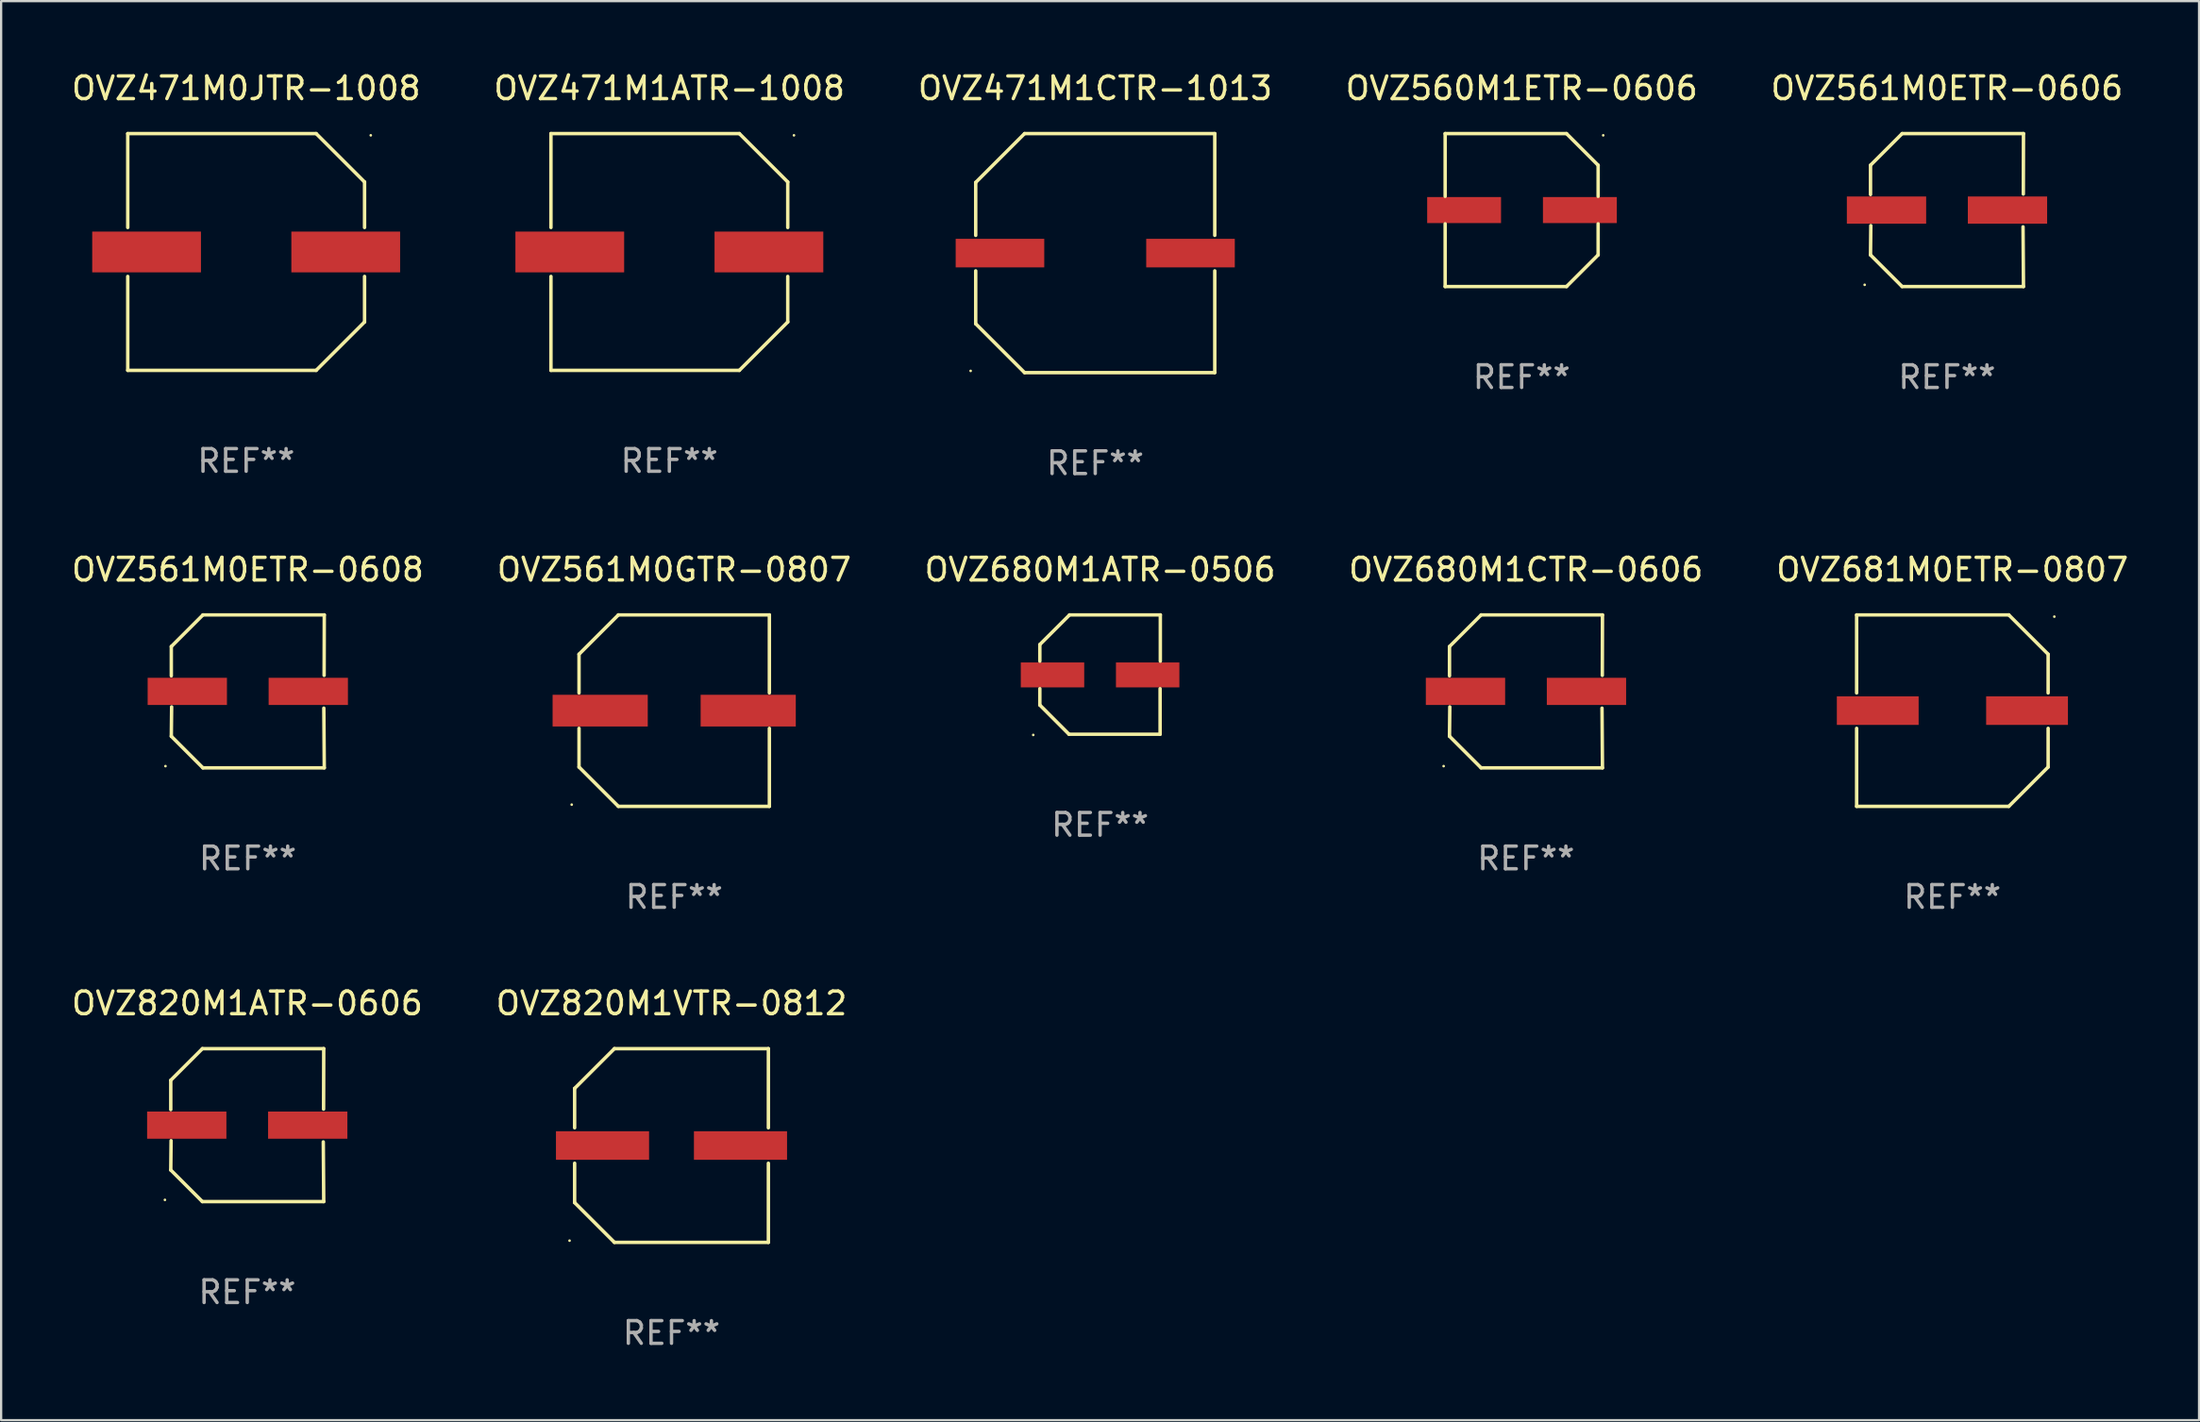
<source format=kicad_pcb>
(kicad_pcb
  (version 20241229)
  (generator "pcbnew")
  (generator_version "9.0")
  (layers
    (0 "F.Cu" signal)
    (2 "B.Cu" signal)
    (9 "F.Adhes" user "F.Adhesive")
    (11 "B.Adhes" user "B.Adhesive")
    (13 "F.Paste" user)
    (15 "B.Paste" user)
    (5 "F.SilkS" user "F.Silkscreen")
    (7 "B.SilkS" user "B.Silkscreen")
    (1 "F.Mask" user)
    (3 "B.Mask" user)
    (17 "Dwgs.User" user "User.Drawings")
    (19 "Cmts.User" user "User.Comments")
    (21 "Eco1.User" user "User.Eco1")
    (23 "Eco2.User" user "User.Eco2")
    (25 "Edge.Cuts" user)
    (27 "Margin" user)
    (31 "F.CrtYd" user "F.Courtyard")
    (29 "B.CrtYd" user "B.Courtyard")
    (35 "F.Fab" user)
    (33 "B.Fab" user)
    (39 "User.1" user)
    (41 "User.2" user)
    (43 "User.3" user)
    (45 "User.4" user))
  (footprint "OVZ471M1CTR-1013"
    (layer "F.Cu")
    (at 45.292 8.124)
    (property "Reference" "OVZ471M1CTR-1013" (at 0 -7.276 0) (layer "F.SilkS") (effects (font (size 1 1) (thickness 0.15))))
    (attr through_hole)
    (fp_line (start -5.276 -3.12) (end -3.12 -5.276) (stroke (width 0.152) (type solid)) (layer "F.SilkS"))
    (fp_line (start -5.276 -0.783) (end -5.276 -3.12) (stroke (width 0.152) (type solid)) (layer "F.SilkS"))
    (fp_line (start -5.276 0.783) (end -5.276 3.12) (stroke (width 0.152) (type solid)) (layer "F.SilkS"))
    (fp_line (start -5.276 3.12) (end -3.12 5.276) (stroke (width 0.152) (type solid)) (layer "F.SilkS"))
    (fp_line (start -3.12 -5.276) (end 5.276 -5.276) (stroke (width 0.152) (type solid)) (layer "F.SilkS"))
    (fp_line (start -3.12 5.276) (end 5.276 5.276) (stroke (width 0.152) (type solid)) (layer "F.SilkS"))
    (fp_line (start 5.276 -5.276) (end 5.276 -0.783) (stroke (width 0.152) (type solid)) (layer "F.SilkS"))
    (fp_line (start 5.276 5.276) (end 5.276 0.783) (stroke (width 0.152) (type solid)) (layer "F.SilkS"))
    (fp_circle (center -5.5 5.2) (end -5.47 5.2) (stroke (width 0.06) (type solid)) (fill no) (layer "F.SilkS"))
    (fp_text user "REF**" (at 0 9.276 0) (layer "F.Fab") (effects (font (size 1 1) (thickness 0.15))))
    (pad "1" smd rect (at -4.205 0) (size 3.91 1.261) (layers "F.Cu" "F.Mask" "F.Paste"))
    (pad "2" smd rect (at 4.205 0) (size 3.91 1.261) (layers "F.Cu" "F.Mask" "F.Paste")))
  (footprint "OVZ681M0ETR-0807"
    (layer "F.Cu")
    (at 83.125 28.323)
    (property "Reference" "OVZ681M0ETR-0807" (at 0 -6.226 0) (layer "F.SilkS") (effects (font (size 1 1) (thickness 0.15))))
    (attr through_hole)
    (fp_line (start -4.226 -4.226) (end 2.49 -4.226) (stroke (width 0.152) (type solid)) (layer "F.SilkS"))
    (fp_line (start -4.226 -0.782) (end -4.226 -4.226) (stroke (width 0.152) (type solid)) (layer "F.SilkS"))
    (fp_line (start -4.226 0.782) (end -4.226 4.226) (stroke (width 0.152) (type solid)) (layer "F.SilkS"))
    (fp_line (start -4.226 4.226) (end 2.49 4.226) (stroke (width 0.152) (type solid)) (layer "F.SilkS"))
    (fp_line (start 2.49 -4.226) (end 4.226 -2.49) (stroke (width 0.152) (type solid)) (layer "F.SilkS"))
    (fp_line (start 2.49 4.226) (end 4.226 2.49) (stroke (width 0.152) (type solid)) (layer "F.SilkS"))
    (fp_line (start 4.226 -2.49) (end 4.226 -0.782) (stroke (width 0.152) (type solid)) (layer "F.SilkS"))
    (fp_line (start 4.226 2.49) (end 4.226 0.782) (stroke (width 0.152) (type solid)) (layer "F.SilkS"))
    (fp_circle (center 4.5 -4.15) (end 4.53 -4.15) (stroke (width 0.06) (type solid)) (fill no) (layer "F.SilkS"))
    (fp_text user "REF**" (at 0 8.226 0) (layer "F.Fab") (effects (font (size 1 1) (thickness 0.15))))
    (pad "1" smd rect (at 3.295 0 180) (size 3.61 1.26) (layers "F.Cu" "F.Mask" "F.Paste"))
    (pad "2" smd rect (at -3.295 0 180) (size 3.61 1.26) (layers "F.Cu" "F.Mask" "F.Paste")))
  (footprint "OVZ561M0ETR-0606"
    (layer "F.Cu")
    (at 82.887 6.224)
    (property "Reference" "OVZ561M0ETR-0606" (at 0 -5.376 0) (layer "F.SilkS") (effects (font (size 1 1) (thickness 0.15))))
    (attr through_hole)
    (fp_line (start -3.376 -1.98) (end -3.376 -0.686) (stroke (width 0.152) (type solid)) (layer "F.SilkS"))
    (fp_line (start -3.376 1.981) (end -3.362 0.686) (stroke (width 0.152) (type solid)) (layer "F.SilkS"))
    (fp_line (start -1.981 3.376) (end -3.376 1.981) (stroke (width 0.152) (type solid)) (layer "F.SilkS"))
    (fp_line (start -1.98 -3.376) (end -3.376 -1.98) (stroke (width 0.152) (type solid)) (layer "F.SilkS"))
    (fp_line (start 3.356 0.74) (end 3.376 3.376) (stroke (width 0.152) (type solid)) (layer "F.SilkS"))
    (fp_line (start 3.369 -0.707) (end 3.376 -3.376) (stroke (width 0.152) (type solid)) (layer "F.SilkS"))
    (fp_line (start 3.376 3.376) (end -1.981 3.376) (stroke (width 0.152) (type solid)) (layer "F.SilkS"))
    (fp_line (start 3.376 -3.376) (end -1.98 -3.376) (stroke (width 0.152) (type solid)) (layer "F.SilkS"))
    (fp_circle (center -3.634 3.3) (end -3.604 3.3) (stroke (width 0.06) (type solid)) (fill no) (layer "F.SilkS"))
    (fp_text user "REF**" (at 0 7.376 0) (layer "F.Fab") (effects (font (size 1 1) (thickness 0.15))))
    (pad "1" smd rect (at -2.67 0.000254) (size 3.5 1.2) (layers "F.Cu" "F.Mask" "F.Paste"))
    (pad "2" smd rect (at 2.67 0.000254) (size 3.5 1.2) (layers "F.Cu" "F.Mask" "F.Paste")))
  (footprint "OVZ471M0JTR-1008"
    (layer "F.Cu")
    (at 7.815 8.074)
    (property "Reference" "OVZ471M0JTR-1008" (at 0 -7.226 0) (layer "F.SilkS") (effects (font (size 1 1) (thickness 0.15))))
    (attr through_hole)
    (fp_line (start -5.226 -5.226) (end -5.226 -1.08) (stroke (width 0.152) (type solid)) (layer "F.SilkS"))
    (fp_line (start -5.226 -5.226) (end 3.09 -5.226) (stroke (width 0.152) (type solid)) (layer "F.SilkS"))
    (fp_line (start -5.226 1.08) (end -5.226 5.226) (stroke (width 0.152) (type solid)) (layer "F.SilkS"))
    (fp_line (start -5.226 5.226) (end 3.09 5.226) (stroke (width 0.152) (type solid)) (layer "F.SilkS"))
    (fp_line (start 3.09 -5.226) (end 5.226 -3.09) (stroke (width 0.152) (type solid)) (layer "F.SilkS"))
    (fp_line (start 3.09 5.226) (end 5.226 3.09) (stroke (width 0.152) (type solid)) (layer "F.SilkS"))
    (fp_line (start 5.226 -1.08) (end 5.226 -3.09) (stroke (width 0.152) (type solid)) (layer "F.SilkS"))
    (fp_line (start 5.226 3.09) (end 5.226 1.08) (stroke (width 0.152) (type solid)) (layer "F.SilkS"))
    (fp_circle (center 5.5 -5.15) (end 5.53 -5.15) (stroke (width 0.06) (type solid)) (fill no) (layer "F.SilkS"))
    (fp_text user "REF**" (at 0 9.226 0) (layer "F.Fab") (effects (font (size 1 1) (thickness 0.15))))
    (pad "1" smd rect (at 4.395 0 180) (size 4.8 1.8) (layers "F.Cu" "F.Mask" "F.Paste"))
    (pad "2" smd rect (at -4.395 0 180) (size 4.8 1.8) (layers "F.Cu" "F.Mask" "F.Paste")))
  (footprint "OVZ561M0ETR-0608"
    (layer "F.Cu")
    (at 7.887 27.473)
    (property "Reference" "OVZ561M0ETR-0608" (at 0 -5.376 0) (layer "F.SilkS") (effects (font (size 1 1) (thickness 0.15))))
    (attr through_hole)
    (fp_line (start -3.376 -1.98) (end -3.376 -0.686) (stroke (width 0.152) (type solid)) (layer "F.SilkS"))
    (fp_line (start -3.376 1.981) (end -3.362 0.686) (stroke (width 0.152) (type solid)) (layer "F.SilkS"))
    (fp_line (start -1.981 3.376) (end -3.376 1.981) (stroke (width 0.152) (type solid)) (layer "F.SilkS"))
    (fp_line (start -1.98 -3.376) (end -3.376 -1.98) (stroke (width 0.152) (type solid)) (layer "F.SilkS"))
    (fp_line (start 3.356 0.74) (end 3.376 3.376) (stroke (width 0.152) (type solid)) (layer "F.SilkS"))
    (fp_line (start 3.369 -0.707) (end 3.376 -3.376) (stroke (width 0.152) (type solid)) (layer "F.SilkS"))
    (fp_line (start 3.376 3.376) (end -1.981 3.376) (stroke (width 0.152) (type solid)) (layer "F.SilkS"))
    (fp_line (start 3.376 -3.376) (end -1.98 -3.376) (stroke (width 0.152) (type solid)) (layer "F.SilkS"))
    (fp_circle (center -3.634 3.3) (end -3.604 3.3) (stroke (width 0.06) (type solid)) (fill no) (layer "F.SilkS"))
    (fp_text user "REF**" (at 0 7.376 0) (layer "F.Fab") (effects (font (size 1 1) (thickness 0.15))))
    (pad "1" smd rect (at -2.67 0.000254) (size 3.5 1.2) (layers "F.Cu" "F.Mask" "F.Paste"))
    (pad "2" smd rect (at 2.67 0.000254) (size 3.5 1.2) (layers "F.Cu" "F.Mask" "F.Paste")))
  (footprint "OVZ471M1ATR-1008"
    (layer "F.Cu")
    (at 26.494 8.074)
    (property "Reference" "OVZ471M1ATR-1008" (at 0 -7.226 0) (layer "F.SilkS") (effects (font (size 1 1) (thickness 0.15))))
    (attr through_hole)
    (fp_line (start -5.226 -5.226) (end -5.226 -1.08) (stroke (width 0.152) (type solid)) (layer "F.SilkS"))
    (fp_line (start -5.226 -5.226) (end 3.09 -5.226) (stroke (width 0.152) (type solid)) (layer "F.SilkS"))
    (fp_line (start -5.226 1.08) (end -5.226 5.226) (stroke (width 0.152) (type solid)) (layer "F.SilkS"))
    (fp_line (start -5.226 5.226) (end 3.09 5.226) (stroke (width 0.152) (type solid)) (layer "F.SilkS"))
    (fp_line (start 3.09 -5.226) (end 5.226 -3.09) (stroke (width 0.152) (type solid)) (layer "F.SilkS"))
    (fp_line (start 3.09 5.226) (end 5.226 3.09) (stroke (width 0.152) (type solid)) (layer "F.SilkS"))
    (fp_line (start 5.226 -1.08) (end 5.226 -3.09) (stroke (width 0.152) (type solid)) (layer "F.SilkS"))
    (fp_line (start 5.226 3.09) (end 5.226 1.08) (stroke (width 0.152) (type solid)) (layer "F.SilkS"))
    (fp_circle (center 5.5 -5.15) (end 5.53 -5.15) (stroke (width 0.06) (type solid)) (fill no) (layer "F.SilkS"))
    (fp_text user "REF**" (at 0 9.226 0) (layer "F.Fab") (effects (font (size 1 1) (thickness 0.15))))
    (pad "1" smd rect (at 4.395 0 180) (size 4.8 1.8) (layers "F.Cu" "F.Mask" "F.Paste"))
    (pad "2" smd rect (at -4.395 0 180) (size 4.8 1.8) (layers "F.Cu" "F.Mask" "F.Paste")))
  (footprint "OVZ680M1CTR-0606"
    (layer "F.Cu")
    (at 64.304 27.473)
    (property "Reference" "OVZ680M1CTR-0606" (at 0 -5.376 0) (layer "F.SilkS") (effects (font (size 1 1) (thickness 0.15))))
    (attr through_hole)
    (fp_line (start -3.376 -1.98) (end -3.376 -0.686) (stroke (width 0.152) (type solid)) (layer "F.SilkS"))
    (fp_line (start -3.376 1.981) (end -3.362 0.686) (stroke (width 0.152) (type solid)) (layer "F.SilkS"))
    (fp_line (start -1.981 3.376) (end -3.376 1.981) (stroke (width 0.152) (type solid)) (layer "F.SilkS"))
    (fp_line (start -1.98 -3.376) (end -3.376 -1.98) (stroke (width 0.152) (type solid)) (layer "F.SilkS"))
    (fp_line (start 3.356 0.74) (end 3.376 3.376) (stroke (width 0.152) (type solid)) (layer "F.SilkS"))
    (fp_line (start 3.369 -0.707) (end 3.376 -3.376) (stroke (width 0.152) (type solid)) (layer "F.SilkS"))
    (fp_line (start 3.376 3.376) (end -1.981 3.376) (stroke (width 0.152) (type solid)) (layer "F.SilkS"))
    (fp_line (start 3.376 -3.376) (end -1.98 -3.376) (stroke (width 0.152) (type solid)) (layer "F.SilkS"))
    (fp_circle (center -3.634 3.3) (end -3.604 3.3) (stroke (width 0.06) (type solid)) (fill no) (layer "F.SilkS"))
    (fp_text user "REF**" (at 0 7.376 0) (layer "F.Fab") (effects (font (size 1 1) (thickness 0.15))))
    (pad "1" smd rect (at -2.67 0.000254) (size 3.5 1.2) (layers "F.Cu" "F.Mask" "F.Paste"))
    (pad "2" smd rect (at 2.67 0.000254) (size 3.5 1.2) (layers "F.Cu" "F.Mask" "F.Paste")))
  (footprint "OVZ820M1VTR-0812"
    (layer "F.Cu")
    (at 26.589 47.522)
    (property "Reference" "OVZ820M1VTR-0812" (at 0 -6.276 0) (layer "F.SilkS") (effects (font (size 1 1) (thickness 0.15))))
    (attr through_hole)
    (fp_line (start -4.276 -2.52) (end -2.52 -4.276) (stroke (width 0.152) (type solid)) (layer "F.SilkS"))
    (fp_line (start -4.276 -0.782) (end -4.276 -2.52) (stroke (width 0.152) (type solid)) (layer "F.SilkS"))
    (fp_line (start -4.276 0.782) (end -4.276 2.52) (stroke (width 0.152) (type solid)) (layer "F.SilkS"))
    (fp_line (start -4.276 2.52) (end -2.52 4.276) (stroke (width 0.152) (type solid)) (layer "F.SilkS"))
    (fp_line (start -2.52 -4.276) (end 4.276 -4.276) (stroke (width 0.152) (type solid)) (layer "F.SilkS"))
    (fp_line (start -2.52 4.276) (end 4.276 4.276) (stroke (width 0.152) (type solid)) (layer "F.SilkS"))
    (fp_line (start 4.276 -4.276) (end 4.276 -0.782) (stroke (width 0.152) (type solid)) (layer "F.SilkS"))
    (fp_line (start 4.276 4.276) (end 4.276 0.782) (stroke (width 0.152) (type solid)) (layer "F.SilkS"))
    (fp_circle (center -4.5 4.2) (end -4.47 4.2) (stroke (width 0.06) (type solid)) (fill no) (layer "F.SilkS"))
    (fp_text user "REF**" (at 0 8.276 0) (layer "F.Fab") (effects (font (size 1 1) (thickness 0.15))))
    (pad "1" smd rect (at -3.045 0) (size 4.11 1.26) (layers "F.Cu" "F.Mask" "F.Paste"))
    (pad "2" smd rect (at 3.045 0) (size 4.11 1.26) (layers "F.Cu" "F.Mask" "F.Paste")))
  (footprint "OVZ680M1ATR-0506"
    (layer "F.Cu")
    (at 45.506 26.731)
    (property "Reference" "OVZ680M1ATR-0506" (at 0 -4.634 0) (layer "F.SilkS") (effects (font (size 1 1) (thickness 0.15))))
    (attr through_hole)
    (fp_line (start -2.659 -1.326) (end -2.659 -0.592) (stroke (width 0.152) (type solid)) (layer "F.SilkS"))
    (fp_line (start -2.659 1.346) (end -2.659 0.622) (stroke (width 0.152) (type solid)) (layer "F.SilkS"))
    (fp_line (start -1.372 2.634) (end -2.659 1.346) (stroke (width 0.152) (type solid)) (layer "F.SilkS"))
    (fp_line (start -1.349 -2.634) (end -2.659 -1.326) (stroke (width 0.152) (type solid)) (layer "F.SilkS"))
    (fp_line (start 2.649 0.622) (end 2.649 2.634) (stroke (width 0.152) (type solid)) (layer "F.SilkS"))
    (fp_line (start 2.649 2.634) (end -1.372 2.634) (stroke (width 0.152) (type solid)) (layer "F.SilkS"))
    (fp_line (start 2.659 -2.634) (end -1.349 -2.634) (stroke (width 0.152) (type solid)) (layer "F.SilkS"))
    (fp_line (start 2.659 -0.592) (end 2.659 -2.634) (stroke (width 0.152) (type solid)) (layer "F.SilkS"))
    (fp_circle (center -2.95 2.665) (end -2.92 2.665) (stroke (width 0.06) (type solid)) (fill no) (layer "F.SilkS"))
    (fp_text user "REF**" (at 0 6.634 0) (layer "F.Fab") (effects (font (size 1 1) (thickness 0.15))))
    (pad "1" smd rect (at -2.1 0.015) (size 2.8 1.1) (layers "F.Cu" "F.Mask" "F.Paste"))
    (pad "2" smd rect (at 2.1 0.015) (size 2.8 1.1) (layers "F.Cu" "F.Mask" "F.Paste")))
  (footprint "OVZ560M1ETR-0606"
    (layer "F.Cu")
    (at 64.113 6.224)
    (property "Reference" "OVZ560M1ETR-0606" (at 0 -5.376 0) (layer "F.SilkS") (effects (font (size 1 1) (thickness 0.15))))
    (attr through_hole)
    (fp_line (start -3.376 -3.376) (end 1.98 -3.376) (stroke (width 0.152) (type solid)) (layer "F.SilkS"))
    (fp_line (start -3.376 -0.607) (end -3.376 -3.376) (stroke (width 0.152) (type solid)) (layer "F.SilkS"))
    (fp_line (start -3.376 0.607) (end -3.376 3.376) (stroke (width 0.152) (type solid)) (layer "F.SilkS"))
    (fp_line (start -3.376 3.376) (end 1.98 3.376) (stroke (width 0.152) (type solid)) (layer "F.SilkS"))
    (fp_line (start 1.98 -3.376) (end 3.376 -1.98) (stroke (width 0.152) (type solid)) (layer "F.SilkS"))
    (fp_line (start 1.98 3.376) (end 3.376 1.98) (stroke (width 0.152) (type solid)) (layer "F.SilkS"))
    (fp_line (start 3.376 -1.98) (end 3.376 -0.607) (stroke (width 0.152) (type solid)) (layer "F.SilkS"))
    (fp_line (start 3.376 1.98) (end 3.376 0.607) (stroke (width 0.152) (type solid)) (layer "F.SilkS"))
    (fp_circle (center 3.6 -3.3) (end 3.63 -3.3) (stroke (width 0.06) (type solid)) (fill no) (layer "F.SilkS"))
    (fp_text user "REF**" (at 0 7.376 0) (layer "F.Fab") (effects (font (size 1 1) (thickness 0.15))))
    (pad "1" smd rect (at 2.57 0 180) (size 3.26 1.15) (layers "F.Cu" "F.Mask" "F.Paste"))
    (pad "2" smd rect (at -2.54 0 180) (size 3.26 1.15) (layers "F.Cu" "F.Mask" "F.Paste")))
  (footprint "OVZ561M0GTR-0807"
    (layer "F.Cu")
    (at 26.708 28.323)
    (property "Reference" "OVZ561M0GTR-0807" (at 0 -6.226 0) (layer "F.SilkS") (effects (font (size 1 1) (thickness 0.15))))
    (attr through_hole)
    (fp_line (start -4.201 -2.49) (end -4.201 -0.782) (stroke (width 0.152) (type solid)) (layer "F.SilkS"))
    (fp_line (start -4.201 2.49) (end -4.201 0.782) (stroke (width 0.152) (type solid)) (layer "F.SilkS"))
    (fp_line (start -2.465 -4.226) (end -4.201 -2.49) (stroke (width 0.152) (type solid)) (layer "F.SilkS"))
    (fp_line (start -2.465 4.226) (end -4.201 2.49) (stroke (width 0.152) (type solid)) (layer "F.SilkS"))
    (fp_line (start 4.201 -4.226) (end -2.465 -4.226) (stroke (width 0.152) (type solid)) (layer "F.SilkS"))
    (fp_line (start 4.201 -0.782) (end 4.201 -4.226) (stroke (width 0.152) (type solid)) (layer "F.SilkS"))
    (fp_line (start 4.201 0.782) (end 4.201 4.226) (stroke (width 0.152) (type solid)) (layer "F.SilkS"))
    (fp_line (start 4.201 4.226) (end -2.465 4.226) (stroke (width 0.152) (type solid)) (layer "F.SilkS"))
    (fp_circle (center -4.524 4.15) (end -4.494 4.15) (stroke (width 0.06) (type solid)) (fill no) (layer "F.SilkS"))
    (fp_text user "REF**" (at 0 8.226 0) (layer "F.Fab") (effects (font (size 1 1) (thickness 0.15))))
    (pad "1" smd rect (at -3.267 0) (size 4.2 1.4) (layers "F.Cu" "F.Mask" "F.Paste"))
    (pad "2" smd rect (at 3.267 0) (size 4.2 1.4) (layers "F.Cu" "F.Mask" "F.Paste")))
  (footprint "OVZ820M1ATR-0606"
    (layer "F.Cu")
    (at 7.863 46.622)
    (property "Reference" "OVZ820M1ATR-0606" (at 0 -5.376 0) (layer "F.SilkS") (effects (font (size 1 1) (thickness 0.15))))
    (attr through_hole)
    (fp_line (start -3.376 -1.98) (end -3.376 -0.686) (stroke (width 0.152) (type solid)) (layer "F.SilkS"))
    (fp_line (start -3.376 1.981) (end -3.362 0.686) (stroke (width 0.152) (type solid)) (layer "F.SilkS"))
    (fp_line (start -1.981 3.376) (end -3.376 1.981) (stroke (width 0.152) (type solid)) (layer "F.SilkS"))
    (fp_line (start -1.98 -3.376) (end -3.376 -1.98) (stroke (width 0.152) (type solid)) (layer "F.SilkS"))
    (fp_line (start 3.356 0.74) (end 3.376 3.376) (stroke (width 0.152) (type solid)) (layer "F.SilkS"))
    (fp_line (start 3.369 -0.707) (end 3.376 -3.376) (stroke (width 0.152) (type solid)) (layer "F.SilkS"))
    (fp_line (start 3.376 3.376) (end -1.981 3.376) (stroke (width 0.152) (type solid)) (layer "F.SilkS"))
    (fp_line (start 3.376 -3.376) (end -1.98 -3.376) (stroke (width 0.152) (type solid)) (layer "F.SilkS"))
    (fp_circle (center -3.634 3.3) (end -3.604 3.3) (stroke (width 0.06) (type solid)) (fill no) (layer "F.SilkS"))
    (fp_text user "REF**" (at 0 7.376 0) (layer "F.Fab") (effects (font (size 1 1) (thickness 0.15))))
    (pad "1" smd rect (at -2.67 0.000254) (size 3.5 1.2) (layers "F.Cu" "F.Mask" "F.Paste"))
    (pad "2" smd rect (at 2.67 0.000254) (size 3.5 1.2) (layers "F.Cu" "F.Mask" "F.Paste")))
  (gr_rect
    (start -3 -3)
    (end 94.012 59.647)
    (stroke (width 0.1) (type default))
    (fill no)
    (layer "Edge.Cuts")))
</source>
